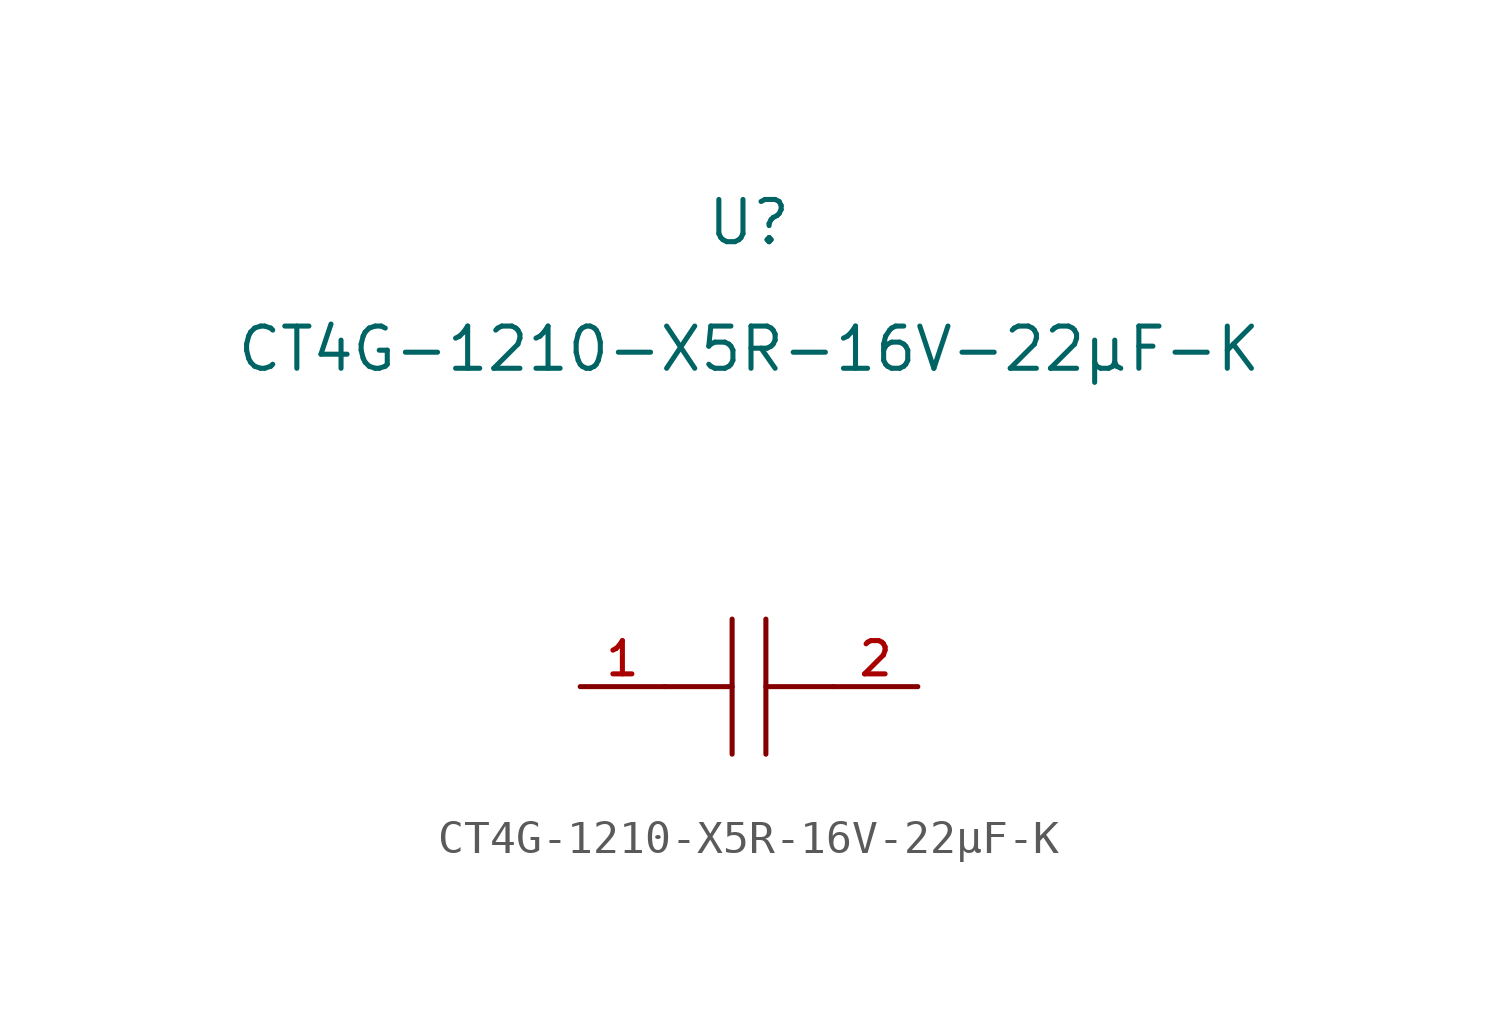
<source format=kicad_sym>
(kicad_symbol_lib
  (version 20210201)
  (generator TousstNicolas/JLC2KiCad_lib)
  (symbol "CT4G-1210-X5R-16V-22μF-K"
    (pin_names hide)
    (property "Reference" "U"
      (at 0 1.27 0)
      (effects (font (size 1.27 1.27))))
    (property "Value" "CT4G-1210-X5R-16V-22μF-K"
      (at 0 -2.54 0)
      (effects (font (size 1.27 1.27))))
    (symbol "CT4G-1210-X5R-16V-22μF-K_0_0"
      (polyline (pts (xy -0.508 -12.7) (xy -2.54 -12.7)) (stroke (width 0) (type default) (color 0 0 0 0)) (fill (type none)))
      (pin unspecified line (at 5.08 -12.7 180) (length 2.54) (name "2" (effects (font (size 1 1)))) (number "2" (effects (font (size 1 1)))))
      (polyline (pts (xy 0.508 -10.668) (xy 0.508 -14.732)) (stroke (width 0) (type default) (color 0 0 0 0)) (fill (type none)))
      (polyline (pts (xy 2.54 -12.7) (xy 0.508 -12.7)) (stroke (width 0) (type default) (color 0 0 0 0)) (fill (type none)))
      (pin unspecified line (at -5.08 -12.7 0) (length 2.54) (name "1" (effects (font (size 1 1)))) (number "1" (effects (font (size 1 1)))))
      (polyline (pts (xy -0.508 -14.732) (xy -0.508 -10.668)) (stroke (width 0) (type default) (color 0 0 0 0)) (fill (type none))))))
</source>
